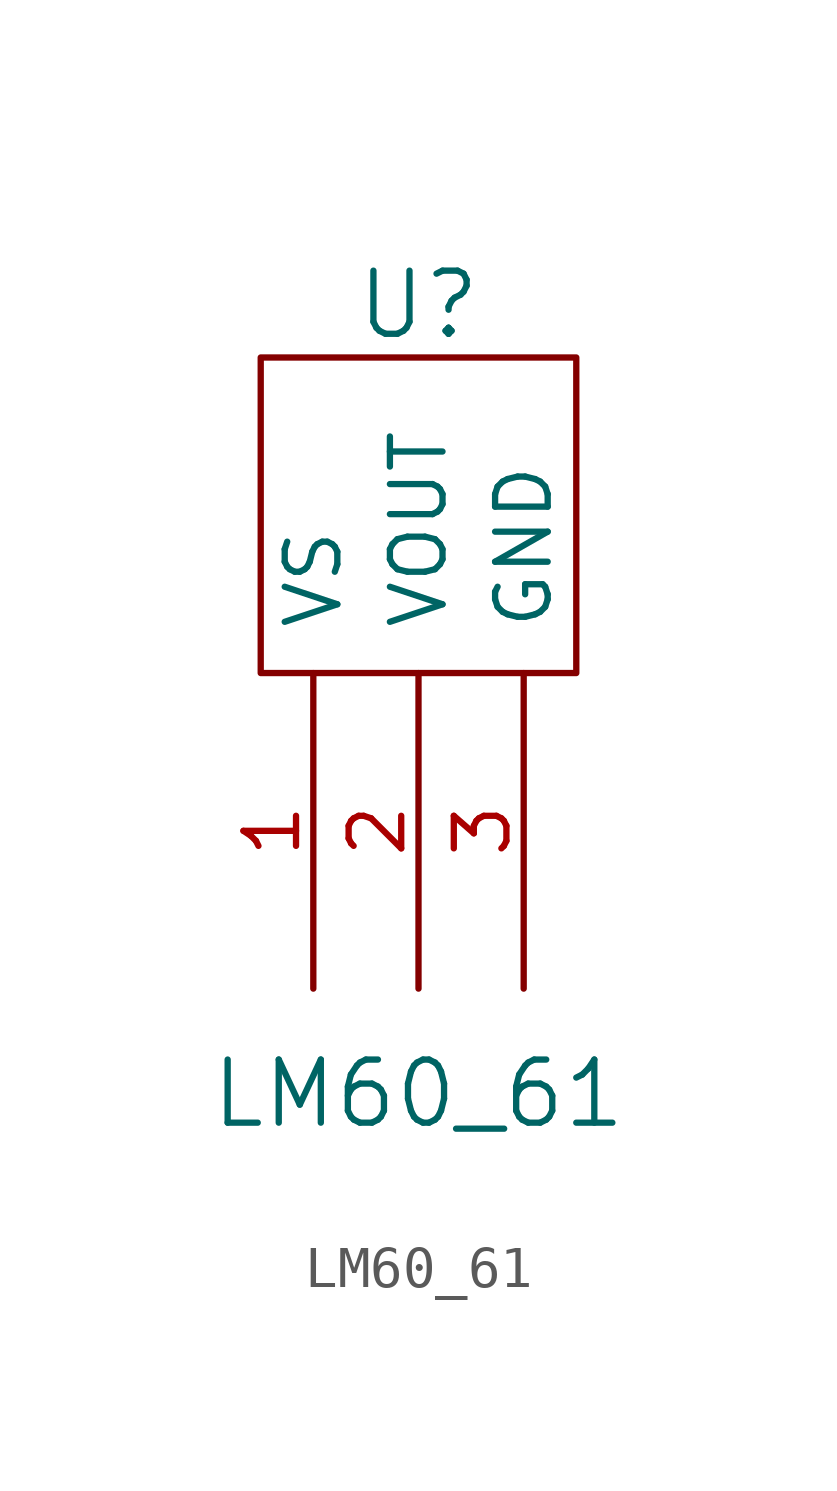
<source format=kicad_sym>
(kicad_symbol_lib
  (version 20220914)
  (generator kicad_symbol_editor)
  (symbol "LM60_61"
    (pin_names
      (offset 1.016))
    (property "Reference" "U"
      (at 0 8.89 0)
      (effects (font (size 1.524 1.524))))
    (property "Value" "LM60_61"
      (at 0 -10.16 0)
      (effects (font (size 1.524 1.524))))
    (property "Footprint" ""
      (at 0 0 0)
      (effects (font (size 1.524 1.524))))
    (property "Datasheet" ""
      (at 0 0 0)
      (effects (font (size 1.524 1.524))))
    (symbol "LM60_61_0_1"
      (rectangle (start -3.81 7.62) (end 3.81 0) (stroke (width 0) (type solid)) (fill (type none))))
    (symbol "LM60_61_1_1"
      (pin bidirectional line (at -2.54 -7.62 90) (length 7.62) (name "VS" (effects (font (size 1.27 1.27)))) (number "1" (effects (font (size 1.27 1.27)))))
      (pin bidirectional line (at 0 -7.62 90) (length 7.62) (name "VOUT" (effects (font (size 1.27 1.27)))) (number "2" (effects (font (size 1.27 1.27)))))
      (pin bidirectional line (at 2.54 -7.62 90) (length 7.62) (name "GND" (effects (font (size 1.27 1.27)))) (number "3" (effects (font (size 1.27 1.27))))))))
</source>
